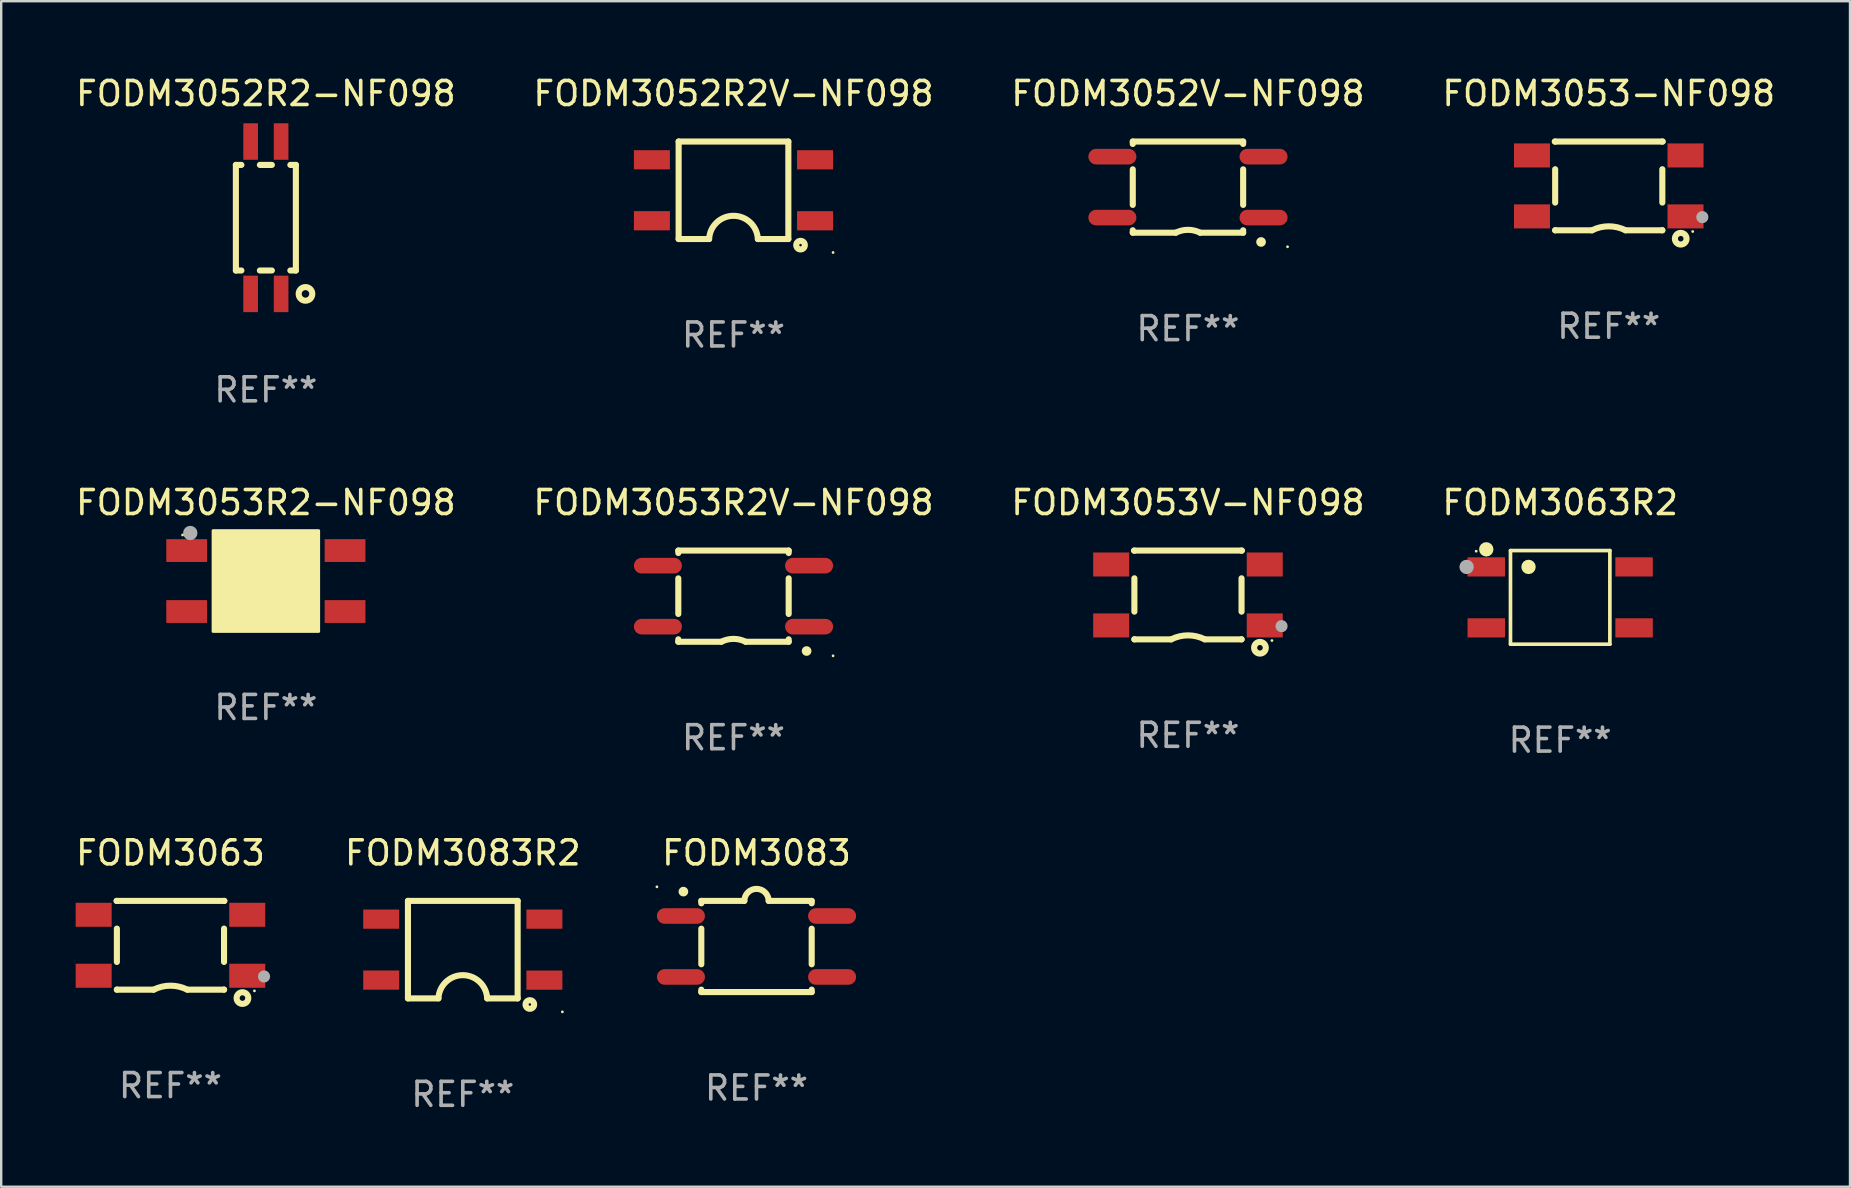
<source format=kicad_pcb>
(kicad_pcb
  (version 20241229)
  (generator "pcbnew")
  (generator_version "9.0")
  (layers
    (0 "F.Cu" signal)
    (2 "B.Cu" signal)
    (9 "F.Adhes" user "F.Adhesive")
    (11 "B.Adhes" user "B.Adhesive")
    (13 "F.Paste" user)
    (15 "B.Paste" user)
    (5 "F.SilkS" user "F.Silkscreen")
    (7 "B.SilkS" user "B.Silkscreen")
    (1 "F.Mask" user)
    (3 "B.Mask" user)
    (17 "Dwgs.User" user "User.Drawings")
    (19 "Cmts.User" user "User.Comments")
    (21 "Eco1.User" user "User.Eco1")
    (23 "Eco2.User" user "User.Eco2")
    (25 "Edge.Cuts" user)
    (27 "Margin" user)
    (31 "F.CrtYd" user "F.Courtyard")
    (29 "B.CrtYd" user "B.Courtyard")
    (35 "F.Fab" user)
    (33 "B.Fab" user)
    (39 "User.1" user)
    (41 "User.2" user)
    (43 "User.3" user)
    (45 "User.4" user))
  (footprint "FODM3053R2-NF098"
    (layer "F.Cu")
    (at 8.03 21.165)
    (property "Reference" "FODM3053R2-NF098" (at 0 -3.27 0) (layer "F.SilkS") (effects (font (size 1 1) (thickness 0.15))))
    (attr through_hole)
    (fp_arc (start -1.651003 -1.524003) (mid -1.649733 -1.524007) (end -1.648463 -1.524003) (stroke (width 0.4) (type solid)) (layer "F.SilkS"))
    (fp_circle (center -3.47 -1.92) (end -3.44 -1.92) (stroke (width 0.06) (type solid)) (fill no) (layer "F.SilkS"))
    (fp_poly (pts (xy -2.2 -2.1) (xy 2.2 -2.1) (xy 2.2 2.1) (xy -2.2 2.1)) (stroke (width 0.12) (type solid)) (fill yes) (layer "F.SilkS"))
    (fp_circle (center -3.15 -2.002) (end -3 -2.002) (stroke (width 0.3) (type solid)) (fill no) (layer "F.Fab"))
    (fp_text user "REF**" (at 0 5.27 0) (layer "F.Fab") (effects (font (size 1 1) (thickness 0.15))))
    (pad "1" smd rect (at -3.3 -1.27) (size 1.7 0.95) (layers "F.Cu" "F.Mask" "F.Paste"))
    (pad "2" smd rect (at -3.3 1.27) (size 1.7 0.95) (layers "F.Cu" "F.Mask" "F.Paste"))
    (pad "3" smd rect (at 3.3 1.27) (size 1.7 0.95) (layers "F.Cu" "F.Mask" "F.Paste"))
    (pad "4" smd rect (at 3.3 -1.27) (size 1.7 0.95) (layers "F.Cu" "F.Mask" "F.Paste")))
  (footprint "FODM3052V-NF098"
    (layer "F.Cu")
    (at 46.458 4.748)
    (property "Reference" "FODM3052V-NF098" (at 0 -3.9 0) (layer "F.SilkS") (effects (font (size 1 1) (thickness 0.15))))
    (attr through_hole)
    (fp_line (start -2.3 -1.9) (end 2.3 -1.9) (stroke (width 0.254) (type solid)) (layer "F.SilkS"))
    (fp_line (start -2.3 -1.798) (end -2.3 -1.9) (stroke (width 0.254) (type solid)) (layer "F.SilkS"))
    (fp_line (start -2.3 0.742) (end -2.3 -0.742) (stroke (width 0.254) (type solid)) (layer "F.SilkS"))
    (fp_line (start -2.3 1.9) (end -2.3 1.798) (stroke (width 0.254) (type solid)) (layer "F.SilkS"))
    (fp_line (start -2.3 1.9) (end -0.508 1.9) (stroke (width 0.254) (type solid)) (layer "F.SilkS"))
    (fp_line (start 2.3 -1.798) (end 2.3 -1.9) (stroke (width 0.254) (type solid)) (layer "F.SilkS"))
    (fp_line (start 2.3 0.742) (end 2.3 -0.742) (stroke (width 0.254) (type solid)) (layer "F.SilkS"))
    (fp_line (start 2.3 1.9) (end 0.508 1.9) (stroke (width 0.254) (type solid)) (layer "F.SilkS"))
    (fp_line (start 2.3 1.9) (end 2.3 1.798) (stroke (width 0.254) (type solid)) (layer "F.SilkS"))
    (fp_arc (start -0.508001 1.899975) (mid -0.000133 1.780049) (end 0.507747 1.899924) (stroke (width 0.254001) (type solid)) (layer "F.SilkS"))
    (fp_arc (start 3.045466 2.286005) (mid 3.046736 2.286) (end 3.048006 2.286005) (stroke (width 0.4) (type solid)) (layer "F.SilkS"))
    (fp_circle (center 4.15 2.486) (end 4.18 2.486) (stroke (width 0.06) (type solid)) (fill no) (layer "F.SilkS"))
    (fp_text user "REF**" (at 0 5.9 0) (layer "F.Fab") (effects (font (size 1 1) (thickness 0.15))))
    (pad "1" smd oval (at 3.15 1.27 270) (size 0.65 2) (layers "F.Cu" "F.Mask" "F.Paste"))
    (pad "2" smd oval (at 3.149 -1.27 270) (size 0.65 2) (layers "F.Cu" "F.Mask" "F.Paste"))
    (pad "3" smd oval (at -3.15 -1.27 270) (size 0.65 2) (layers "F.Cu" "F.Mask" "F.Paste"))
    (pad "4" smd oval (at -3.15 1.27 270) (size 0.65 2) (layers "F.Cu" "F.Mask" "F.Paste")))
  (footprint "FODM3083R2"
    (layer "F.Cu")
    (at 16.237 36.526)
    (property "Reference" "FODM3083R2" (at 0 -4.032 0) (layer "F.SilkS") (effects (font (size 1 1) (thickness 0.15))))
    (attr through_hole)
    (fp_line (start -2.286 -2.032) (end -2.286 2.032) (stroke (width 0.254) (type solid)) (layer "F.SilkS"))
    (fp_line (start -2.286 2.032) (end -1.016 2.032) (stroke (width 0.254) (type solid)) (layer "F.SilkS"))
    (fp_line (start 2.286 -2.032) (end -2.286 -2.032) (stroke (width 0.254) (type solid)) (layer "F.SilkS"))
    (fp_line (start 2.286 2.032) (end 1.016 2.032) (stroke (width 0.254) (type solid)) (layer "F.SilkS"))
    (fp_line (start 2.286 2.032) (end 2.286 -2.032) (stroke (width 0.254) (type solid)) (layer "F.SilkS"))
    (fp_arc (start -1.015825 2.030912) (mid 0.000609 1.063506) (end 1.016002 2.032004) (stroke (width 0.254001) (type solid)) (layer "F.SilkS"))
    (fp_circle (center 2.794 2.286) (end 2.973 2.286) (stroke (width 0.254) (type solid)) (fill no) (layer "F.SilkS"))
    (fp_circle (center 4.15 2.593) (end 4.18 2.593) (stroke (width 0.06) (type solid)) (fill no) (layer "F.SilkS"))
    (fp_text user "REF**" (at 0 6.032 0) (layer "F.Fab") (effects (font (size 1 1) (thickness 0.15))))
    (pad "1" smd rect (at 3.4 1.271 180) (size 1.5 0.8) (layers "F.Cu" "F.Mask" "F.Paste"))
    (pad "2" smd rect (at 3.4 -1.271 180) (size 1.5 0.8) (layers "F.Cu" "F.Mask" "F.Paste"))
    (pad "3" smd rect (at -3.4 -1.271 180) (size 1.5 0.8) (layers "F.Cu" "F.Mask" "F.Paste"))
    (pad "4" smd rect (at -3.4 1.269 180) (size 1.5 0.8) (layers "F.Cu" "F.Mask" "F.Paste")))
  (footprint "FODM3052R2V-NF098"
    (layer "F.Cu")
    (at 27.518 4.88)
    (property "Reference" "FODM3052R2V-NF098" (at 0 -4.032 0) (layer "F.SilkS") (effects (font (size 1 1) (thickness 0.15))))
    (attr through_hole)
    (fp_line (start -2.286 -2.032) (end -2.286 2.032) (stroke (width 0.254) (type solid)) (layer "F.SilkS"))
    (fp_line (start -2.286 2.032) (end -1.016 2.032) (stroke (width 0.254) (type solid)) (layer "F.SilkS"))
    (fp_line (start 2.286 -2.032) (end -2.286 -2.032) (stroke (width 0.254) (type solid)) (layer "F.SilkS"))
    (fp_line (start 2.286 2.032) (end 1.016 2.032) (stroke (width 0.254) (type solid)) (layer "F.SilkS"))
    (fp_line (start 2.286 2.032) (end 2.286 -2.032) (stroke (width 0.254) (type solid)) (layer "F.SilkS"))
    (fp_arc (start -1.015825 2.030912) (mid 0.000609 1.063506) (end 1.016002 2.032004) (stroke (width 0.254001) (type solid)) (layer "F.SilkS"))
    (fp_circle (center 2.794 2.286) (end 2.973 2.286) (stroke (width 0.254) (type solid)) (fill no) (layer "F.SilkS"))
    (fp_circle (center 4.15 2.593) (end 4.18 2.593) (stroke (width 0.06) (type solid)) (fill no) (layer "F.SilkS"))
    (fp_text user "REF**" (at 0 6.032 0) (layer "F.Fab") (effects (font (size 1 1) (thickness 0.15))))
    (pad "1" smd rect (at 3.4 1.271 180) (size 1.5 0.8) (layers "F.Cu" "F.Mask" "F.Paste"))
    (pad "2" smd rect (at 3.4 -1.271 180) (size 1.5 0.8) (layers "F.Cu" "F.Mask" "F.Paste"))
    (pad "3" smd rect (at -3.4 -1.271 180) (size 1.5 0.8) (layers "F.Cu" "F.Mask" "F.Paste"))
    (pad "4" smd rect (at -3.4 1.269 180) (size 1.5 0.8) (layers "F.Cu" "F.Mask" "F.Paste")))
  (footprint "FODM3053V-NF098"
    (layer "F.Cu")
    (at 46.458 21.745)
    (property "Reference" "FODM3053V-NF098" (at 0 -3.85 0) (layer "F.SilkS") (effects (font (size 1 1) (thickness 0.15))))
    (attr through_hole)
    (fp_line (start -2.25 -1.85) (end 2.25 -1.85) (stroke (width 0.254) (type solid)) (layer "F.SilkS"))
    (fp_line (start -2.233 -1.845) (end -2.233 -1.85) (stroke (width 0.254) (type solid)) (layer "F.SilkS"))
    (fp_line (start -2.233 0.695) (end -2.233 -0.695) (stroke (width 0.254) (type solid)) (layer "F.SilkS"))
    (fp_line (start -2.233 1.85) (end -2.233 1.845) (stroke (width 0.254) (type solid)) (layer "F.SilkS"))
    (fp_line (start -2.233 1.85) (end -0.7 1.85) (stroke (width 0.254) (type solid)) (layer "F.SilkS"))
    (fp_line (start 2.233 -1.845) (end 2.233 -1.85) (stroke (width 0.254) (type solid)) (layer "F.SilkS"))
    (fp_line (start 2.233 0.695) (end 2.233 -0.695) (stroke (width 0.254) (type solid)) (layer "F.SilkS"))
    (fp_line (start 2.233 1.85) (end 0.7 1.85) (stroke (width 0.254) (type solid)) (layer "F.SilkS"))
    (fp_line (start 2.233 1.85) (end 2.233 1.845) (stroke (width 0.254) (type solid)) (layer "F.SilkS"))
    (fp_arc (start -0.700076 1.850013) (mid 0.000182 1.683921) (end 0.700711 1.84887) (stroke (width 0.254001) (type solid)) (layer "F.SilkS"))
    (fp_circle (center 3 2.2) (end 3.116 2.2) (stroke (width 0.254) (type solid)) (fill no) (layer "F.SilkS"))
    (fp_circle (center 3.5 1.9) (end 3.53 1.9) (stroke (width 0.06) (type solid)) (fill no) (layer "F.SilkS"))
    (fp_circle (center 3.9 1.3) (end 4.027 1.3) (stroke (width 0.254) (type solid)) (fill no) (layer "F.Fab"))
    (fp_text user "REF**" (at 0 5.85 0) (layer "F.Fab") (effects (font (size 1 1) (thickness 0.15))))
    (pad "1" smd rect (at 3.2 1.27 180) (size 1.5 1.001) (layers "F.Cu" "F.Mask" "F.Paste"))
    (pad "2" smd rect (at 3.2 -1.27 180) (size 1.5 1.001) (layers "F.Cu" "F.Mask" "F.Paste"))
    (pad "3" smd rect (at -3.2 -1.27 180) (size 1.5 1.001) (layers "F.Cu" "F.Mask" "F.Paste"))
    (pad "4" smd rect (at -3.2 1.27 180) (size 1.5 1.001) (layers "F.Cu" "F.Mask" "F.Paste")))
  (footprint "FODM3053-NF098"
    (layer "F.Cu")
    (at 63.994 4.698)
    (property "Reference" "FODM3053-NF098" (at 0 -3.85 0) (layer "F.SilkS") (effects (font (size 1 1) (thickness 0.15))))
    (attr through_hole)
    (fp_line (start -2.25 -1.85) (end 2.25 -1.85) (stroke (width 0.254) (type solid)) (layer "F.SilkS"))
    (fp_line (start -2.233 -1.845) (end -2.233 -1.85) (stroke (width 0.254) (type solid)) (layer "F.SilkS"))
    (fp_line (start -2.233 0.695) (end -2.233 -0.695) (stroke (width 0.254) (type solid)) (layer "F.SilkS"))
    (fp_line (start -2.233 1.85) (end -2.233 1.845) (stroke (width 0.254) (type solid)) (layer "F.SilkS"))
    (fp_line (start -2.233 1.85) (end -0.7 1.85) (stroke (width 0.254) (type solid)) (layer "F.SilkS"))
    (fp_line (start 2.233 -1.845) (end 2.233 -1.85) (stroke (width 0.254) (type solid)) (layer "F.SilkS"))
    (fp_line (start 2.233 0.695) (end 2.233 -0.695) (stroke (width 0.254) (type solid)) (layer "F.SilkS"))
    (fp_line (start 2.233 1.85) (end 0.7 1.85) (stroke (width 0.254) (type solid)) (layer "F.SilkS"))
    (fp_line (start 2.233 1.85) (end 2.233 1.845) (stroke (width 0.254) (type solid)) (layer "F.SilkS"))
    (fp_arc (start -0.700076 1.850013) (mid 0.000182 1.683921) (end 0.700711 1.84887) (stroke (width 0.254001) (type solid)) (layer "F.SilkS"))
    (fp_circle (center 3 2.2) (end 3.116 2.2) (stroke (width 0.254) (type solid)) (fill no) (layer "F.SilkS"))
    (fp_circle (center 3.5 1.9) (end 3.53 1.9) (stroke (width 0.06) (type solid)) (fill no) (layer "F.SilkS"))
    (fp_circle (center 3.9 1.3) (end 4.027 1.3) (stroke (width 0.254) (type solid)) (fill no) (layer "F.Fab"))
    (fp_text user "REF**" (at 0 5.85 0) (layer "F.Fab") (effects (font (size 1 1) (thickness 0.15))))
    (pad "1" smd rect (at 3.2 1.27 180) (size 1.5 1.001) (layers "F.Cu" "F.Mask" "F.Paste"))
    (pad "2" smd rect (at 3.2 -1.27 180) (size 1.5 1.001) (layers "F.Cu" "F.Mask" "F.Paste"))
    (pad "3" smd rect (at -3.2 -1.27 180) (size 1.5 1.001) (layers "F.Cu" "F.Mask" "F.Paste"))
    (pad "4" smd rect (at -3.2 1.27 180) (size 1.5 1.001) (layers "F.Cu" "F.Mask" "F.Paste")))
  (footprint "FODM3063"
    (layer "F.Cu")
    (at 4.054 36.344)
    (property "Reference" "FODM3063" (at 0 -3.85 0) (layer "F.SilkS") (effects (font (size 1 1) (thickness 0.15))))
    (attr through_hole)
    (fp_line (start -2.25 -1.85) (end 2.25 -1.85) (stroke (width 0.254) (type solid)) (layer "F.SilkS"))
    (fp_line (start -2.233 -1.845) (end -2.233 -1.85) (stroke (width 0.254) (type solid)) (layer "F.SilkS"))
    (fp_line (start -2.233 0.695) (end -2.233 -0.695) (stroke (width 0.254) (type solid)) (layer "F.SilkS"))
    (fp_line (start -2.233 1.85) (end -2.233 1.845) (stroke (width 0.254) (type solid)) (layer "F.SilkS"))
    (fp_line (start -2.233 1.85) (end -0.7 1.85) (stroke (width 0.254) (type solid)) (layer "F.SilkS"))
    (fp_line (start 2.233 -1.845) (end 2.233 -1.85) (stroke (width 0.254) (type solid)) (layer "F.SilkS"))
    (fp_line (start 2.233 0.695) (end 2.233 -0.695) (stroke (width 0.254) (type solid)) (layer "F.SilkS"))
    (fp_line (start 2.233 1.85) (end 0.7 1.85) (stroke (width 0.254) (type solid)) (layer "F.SilkS"))
    (fp_line (start 2.233 1.85) (end 2.233 1.845) (stroke (width 0.254) (type solid)) (layer "F.SilkS"))
    (fp_arc (start -0.700076 1.850013) (mid 0.000182 1.683921) (end 0.700711 1.84887) (stroke (width 0.254001) (type solid)) (layer "F.SilkS"))
    (fp_circle (center 3 2.2) (end 3.116 2.2) (stroke (width 0.254) (type solid)) (fill no) (layer "F.SilkS"))
    (fp_circle (center 3.5 1.9) (end 3.53 1.9) (stroke (width 0.06) (type solid)) (fill no) (layer "F.SilkS"))
    (fp_circle (center 3.9 1.3) (end 4.027 1.3) (stroke (width 0.254) (type solid)) (fill no) (layer "F.Fab"))
    (fp_text user "REF**" (at 0 5.85 0) (layer "F.Fab") (effects (font (size 1 1) (thickness 0.15))))
    (pad "1" smd rect (at 3.2 1.27 180) (size 1.5 1.001) (layers "F.Cu" "F.Mask" "F.Paste"))
    (pad "2" smd rect (at 3.2 -1.27 180) (size 1.5 1.001) (layers "F.Cu" "F.Mask" "F.Paste"))
    (pad "3" smd rect (at -3.2 -1.27 180) (size 1.5 1.001) (layers "F.Cu" "F.Mask" "F.Paste"))
    (pad "4" smd rect (at -3.2 1.27 180) (size 1.5 1.001) (layers "F.Cu" "F.Mask" "F.Paste")))
  (footprint "FODM3063R2"
    (layer "F.Cu")
    (at 61.97 21.846)
    (property "Reference" "FODM3063R2" (at 0 -3.951 0) (layer "F.SilkS") (effects (font (size 1 1) (thickness 0.15))))
    (attr through_hole)
    (fp_line (start -2.071 -1.951) (end 2.071 -1.951) (stroke (width 0.152) (type solid)) (layer "F.SilkS"))
    (fp_line (start -2.071 1.951) (end -2.071 -1.951) (stroke (width 0.152) (type solid)) (layer "F.SilkS"))
    (fp_line (start 2.071 -1.951) (end 2.071 1.951) (stroke (width 0.152) (type solid)) (layer "F.SilkS"))
    (fp_line (start 2.071 1.951) (end -2.071 1.951) (stroke (width 0.152) (type solid)) (layer "F.SilkS"))
    (fp_circle (center -3.5 -1.925) (end -3.47 -1.925) (stroke (width 0.06) (type solid)) (fill no) (layer "F.SilkS"))
    (fp_circle (center -3.08 -2.002) (end -2.93 -2.002) (stroke (width 0.3) (type solid)) (fill no) (layer "F.SilkS"))
    (fp_circle (center -1.319 -1.27) (end -1.169 -1.27) (stroke (width 0.3) (type solid)) (fill no) (layer "F.SilkS"))
    (fp_circle (center -3.9 -1.27) (end -3.75 -1.27) (stroke (width 0.3) (type solid)) (fill no) (layer "F.Fab"))
    (fp_text user "REF**" (at 0 5.951 0) (layer "F.Fab") (effects (font (size 1 1) (thickness 0.15))))
    (pad "1" smd rect (at -3.08 -1.27) (size 1.56 0.8) (layers "F.Cu" "F.Mask" "F.Paste"))
    (pad "2" smd rect (at -3.08 1.27) (size 1.56 0.8) (layers "F.Cu" "F.Mask" "F.Paste"))
    (pad "3" smd rect (at 3.08 1.27) (size 1.56 0.8) (layers "F.Cu" "F.Mask" "F.Paste"))
    (pad "4" smd rect (at 3.08 -1.27) (size 1.56 0.8) (layers "F.Cu" "F.Mask" "F.Paste")))
  (footprint "FODM3083"
    (layer "F.Cu")
    (at 28.477 36.394)
    (property "Reference" "FODM3083" (at 0 -3.9 0) (layer "F.SilkS") (effects (font (size 1 1) (thickness 0.15))))
    (attr through_hole)
    (fp_line (start -2.3 -1.9) (end -2.3 -1.798) (stroke (width 0.254) (type solid)) (layer "F.SilkS"))
    (fp_line (start -2.3 -1.9) (end -0.508 -1.9) (stroke (width 0.254) (type solid)) (layer "F.SilkS"))
    (fp_line (start -2.3 -0.742) (end -2.3 0.742) (stroke (width 0.254) (type solid)) (layer "F.SilkS"))
    (fp_line (start -2.3 1.798) (end -2.3 1.9) (stroke (width 0.254) (type solid)) (layer "F.SilkS"))
    (fp_line (start 2.3 -1.9) (end 0.508 -1.9) (stroke (width 0.254) (type solid)) (layer "F.SilkS"))
    (fp_line (start 2.3 -1.9) (end 2.3 -1.798) (stroke (width 0.254) (type solid)) (layer "F.SilkS"))
    (fp_line (start 2.3 -0.742) (end 2.3 0.742) (stroke (width 0.254) (type solid)) (layer "F.SilkS"))
    (fp_line (start 2.3 1.798) (end 2.3 1.9) (stroke (width 0.254) (type solid)) (layer "F.SilkS"))
    (fp_line (start 2.3 1.9) (end -2.3 1.9) (stroke (width 0.254) (type solid)) (layer "F.SilkS"))
    (fp_arc (start -3.048006 -2.286005) (mid -3.046736 -2.28601) (end -3.045466 -2.286005) (stroke (width 0.4) (type solid)) (layer "F.SilkS"))
    (fp_arc (start -0.507747 -1.899924) (mid 0.000102 -2.407798) (end 0.508001 -1.899975) (stroke (width 0.254001) (type solid)) (layer "F.SilkS"))
    (fp_circle (center -4.15 -2.486) (end -4.12 -2.486) (stroke (width 0.06) (type solid)) (fill no) (layer "F.SilkS"))
    (fp_text user "REF**" (at 0 5.9 0) (layer "F.Fab") (effects (font (size 1 1) (thickness 0.15))))
    (pad "1" smd oval (at -3.15 -1.27 90) (size 0.65 2) (layers "F.Cu" "F.Mask" "F.Paste"))
    (pad "2" smd oval (at -3.149 1.27 90) (size 0.65 2) (layers "F.Cu" "F.Mask" "F.Paste"))
    (pad "3" smd oval (at 3.15 1.27 90) (size 0.65 2) (layers "F.Cu" "F.Mask" "F.Paste"))
    (pad "4" smd oval (at 3.15 -1.27 90) (size 0.65 2) (layers "F.Cu" "F.Mask" "F.Paste")))
  (footprint "FODM3053R2V-NF098"
    (layer "F.Cu")
    (at 27.518 21.795)
    (property "Reference" "FODM3053R2V-NF098" (at 0 -3.9 0) (layer "F.SilkS") (effects (font (size 1 1) (thickness 0.15))))
    (attr through_hole)
    (fp_line (start -2.3 -1.9) (end 2.3 -1.9) (stroke (width 0.254) (type solid)) (layer "F.SilkS"))
    (fp_line (start -2.3 -1.798) (end -2.3 -1.9) (stroke (width 0.254) (type solid)) (layer "F.SilkS"))
    (fp_line (start -2.3 0.742) (end -2.3 -0.742) (stroke (width 0.254) (type solid)) (layer "F.SilkS"))
    (fp_line (start -2.3 1.9) (end -2.3 1.798) (stroke (width 0.254) (type solid)) (layer "F.SilkS"))
    (fp_line (start -2.3 1.9) (end -0.508 1.9) (stroke (width 0.254) (type solid)) (layer "F.SilkS"))
    (fp_line (start 2.3 -1.798) (end 2.3 -1.9) (stroke (width 0.254) (type solid)) (layer "F.SilkS"))
    (fp_line (start 2.3 0.742) (end 2.3 -0.742) (stroke (width 0.254) (type solid)) (layer "F.SilkS"))
    (fp_line (start 2.3 1.9) (end 0.508 1.9) (stroke (width 0.254) (type solid)) (layer "F.SilkS"))
    (fp_line (start 2.3 1.9) (end 2.3 1.798) (stroke (width 0.254) (type solid)) (layer "F.SilkS"))
    (fp_arc (start -0.508001 1.899975) (mid -0.000133 1.780049) (end 0.507747 1.899924) (stroke (width 0.254001) (type solid)) (layer "F.SilkS"))
    (fp_arc (start 3.045466 2.286005) (mid 3.046736 2.286) (end 3.048006 2.286005) (stroke (width 0.4) (type solid)) (layer "F.SilkS"))
    (fp_circle (center 4.15 2.486) (end 4.18 2.486) (stroke (width 0.06) (type solid)) (fill no) (layer "F.SilkS"))
    (fp_text user "REF**" (at 0 5.9 0) (layer "F.Fab") (effects (font (size 1 1) (thickness 0.15))))
    (pad "1" smd oval (at 3.15 1.27 270) (size 0.65 2) (layers "F.Cu" "F.Mask" "F.Paste"))
    (pad "2" smd oval (at 3.149 -1.27 270) (size 0.65 2) (layers "F.Cu" "F.Mask" "F.Paste"))
    (pad "3" smd oval (at -3.15 -1.27 270) (size 0.65 2) (layers "F.Cu" "F.Mask" "F.Paste"))
    (pad "4" smd oval (at -3.15 1.27 270) (size 0.65 2) (layers "F.Cu" "F.Mask" "F.Paste")))
  (footprint "FODM3052R2-NF098"
    (layer "F.Cu")
    (at 8.03 6.023)
    (property "Reference" "FODM3052R2-NF098" (at 0 -5.175 0) (layer "F.SilkS") (effects (font (size 1 1) (thickness 0.15))))
    (attr through_hole)
    (fp_line (start -1.25 -2.2) (end -1.25 2.2) (stroke (width 0.254) (type solid)) (layer "F.SilkS"))
    (fp_line (start -1.25 -2.2) (end -1.02 -2.2) (stroke (width 0.254) (type solid)) (layer "F.SilkS"))
    (fp_line (start -1.25 2.2) (end -1.02 2.2) (stroke (width 0.254) (type solid)) (layer "F.SilkS"))
    (fp_line (start -0.25 -2.2) (end 0.25 -2.2) (stroke (width 0.254) (type solid)) (layer "F.SilkS"))
    (fp_line (start -0.25 2.2) (end 0.25 2.2) (stroke (width 0.254) (type solid)) (layer "F.SilkS"))
    (fp_line (start 1.02 2.2) (end 1.25 2.2) (stroke (width 0.254) (type solid)) (layer "F.SilkS"))
    (fp_line (start 1.02 -2.2) (end 1.25 -2.2) (stroke (width 0.254) (type solid)) (layer "F.SilkS"))
    (fp_line (start 1.25 2.2) (end 1.25 -2.2) (stroke (width 0.254) (type solid)) (layer "F.SilkS"))
    (fp_circle (center 1.651 3.175) (end 1.935 3.175) (stroke (width 0.254) (type solid)) (fill no) (layer "F.SilkS"))
    (fp_text user "REF**" (at 0 7.175 0) (layer "F.Fab") (effects (font (size 1 1) (thickness 0.15))))
    (pad "1" smd rect (at 0.635 3.175 180) (size 0.61 1.52) (layers "F.Cu" "F.Mask" "F.Paste"))
    (pad "2" smd rect (at -0.635 3.175 180) (size 0.61 1.52) (layers "F.Cu" "F.Mask" "F.Paste"))
    (pad "3" smd rect (at -0.635 -3.175 180) (size 0.61 1.52) (layers "F.Cu" "F.Mask" "F.Paste"))
    (pad "4" smd rect (at 0.635 -3.175 180) (size 0.61 1.52) (layers "F.Cu" "F.Mask" "F.Paste")))
  (gr_rect
    (start -3 -3)
    (end 74.048 46.406)
    (stroke (width 0.1) (type default))
    (fill no)
    (layer "Edge.Cuts")))
</source>
